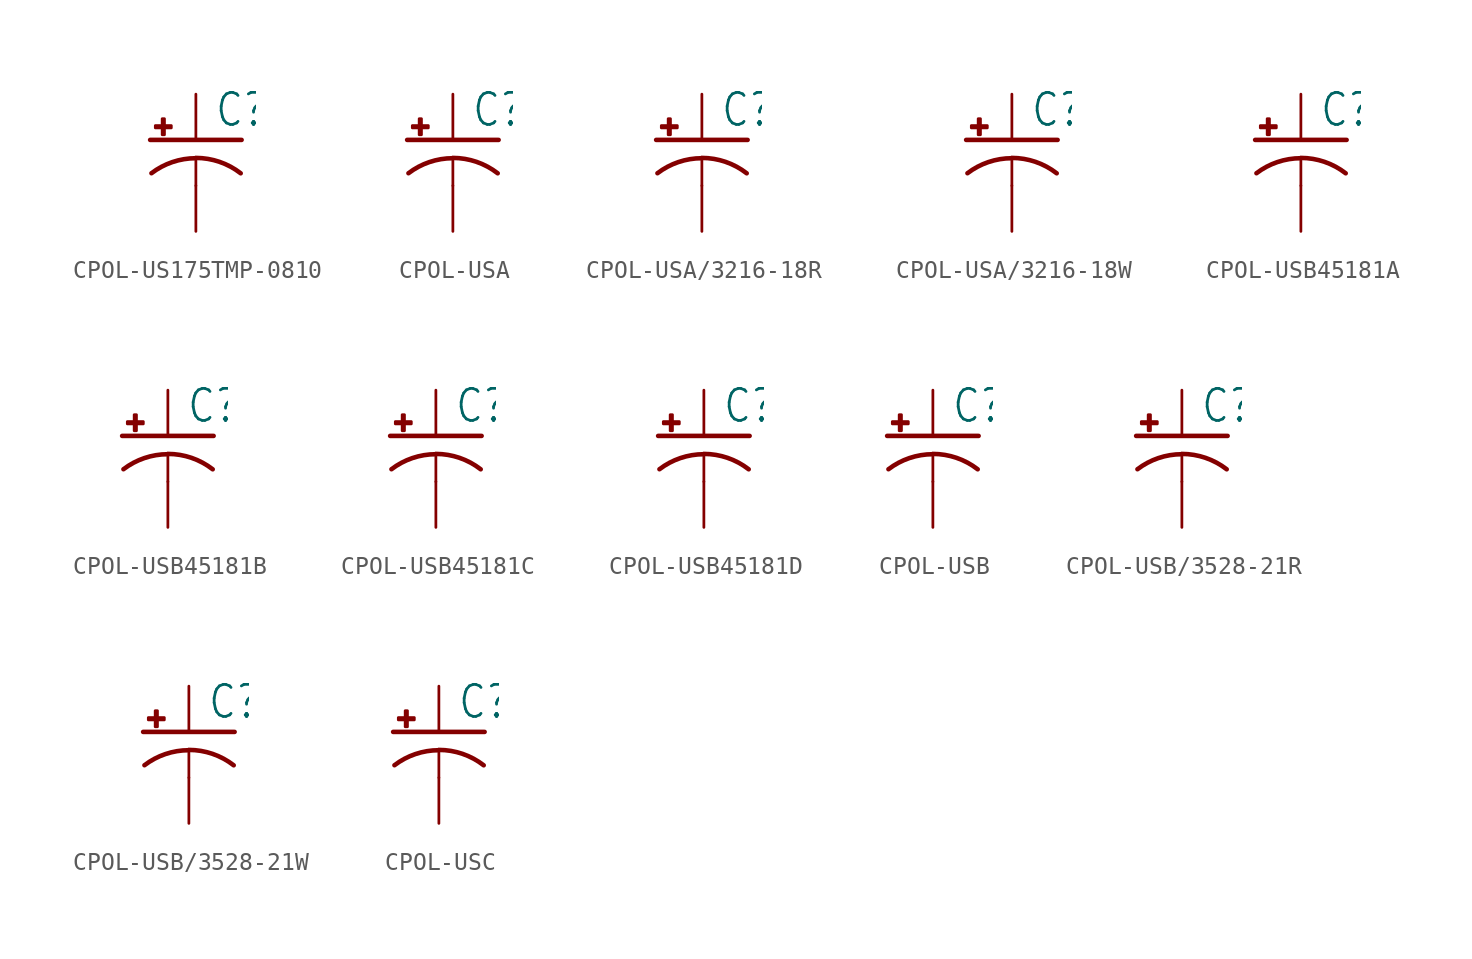
<source format=kicad_sym>
(kicad_symbol_lib
  (version 20241209)
  (generator "kicad_symbol_editor")
  (generator_version "9.0")
  (symbol "CPOL-US175TMP-0810"
    (property "Reference" "C"
      (at 1.016 0.635 0)
      (effects (font (size 1.778 1.511)) (justify left bottom)))
    (property "Value" ""
      (at 1.016 -4.191 0)
      (effects (font (size 1.778 1.511)) (justify left bottom)))
    (property "ki_locked" ""
      (at 0 0 0)
      (effects (font (size 1.27 1.27))))
    (symbol "CPOL-US175TMP-0810_1_0"
      (polyline (pts (xy -2.54 0) (xy 2.54 0)) (stroke (width 0.254) (type solid)) (fill (type none)))
      (rectangle (start -2.253 0.668) (end -1.364 0.795) (stroke (width 0) (type default)) (fill (type outline)))
      (rectangle (start -1.872 0.287) (end -1.745 1.176) (stroke (width 0) (type default)) (fill (type outline)))
      (arc (start -2.4669 -1.8504) (mid -1.3021 -1.2303) (end 0 -1.0161) (stroke (width 0.254) (type solid)) (fill (type none)))
      (polyline (pts (xy 0 -1.016) (xy 0 -2.54)) (stroke (width 0.152) (type solid)) (fill (type none)))
      (arc (start 0 -1) (mid 1.3158 -1.2195) (end 2.4892 -1.8541) (stroke (width 0.254) (type solid)) (fill (type none)))
      (pin passive line (at 0 2.54 270) (length 2.54) (name "+" (effects (font (size 0 0)))) (number "+" (effects (font (size 0 0)))))
      (pin passive line (at 0 -5.08 90) (length 2.54) (name "-" (effects (font (size 0 0)))) (number "-" (effects (font (size 0 0)))))))
  (symbol "CPOL-USA"
    (property "Reference" "C"
      (at 1.016 0.635 0)
      (effects (font (size 1.778 1.511)) (justify left bottom)))
    (property "Value" ""
      (at 1.016 -4.191 0)
      (effects (font (size 1.778 1.511)) (justify left bottom)))
    (property "ki_locked" ""
      (at 0 0 0)
      (effects (font (size 1.27 1.27))))
    (symbol "CPOL-USA_1_0"
      (polyline (pts (xy -2.54 0) (xy 2.54 0)) (stroke (width 0.254) (type solid)) (fill (type none)))
      (rectangle (start -2.253 0.668) (end -1.364 0.795) (stroke (width 0) (type default)) (fill (type outline)))
      (rectangle (start -1.872 0.287) (end -1.745 1.176) (stroke (width 0) (type default)) (fill (type outline)))
      (arc (start -2.4669 -1.8504) (mid -1.3021 -1.2303) (end 0 -1.0161) (stroke (width 0.254) (type solid)) (fill (type none)))
      (polyline (pts (xy 0 -1.016) (xy 0 -2.54)) (stroke (width 0.152) (type solid)) (fill (type none)))
      (arc (start 0 -1) (mid 1.3158 -1.2195) (end 2.4892 -1.8541) (stroke (width 0.254) (type solid)) (fill (type none)))
      (pin passive line (at 0 2.54 270) (length 2.54) (name "+" (effects (font (size 0 0)))) (number "+" (effects (font (size 0 0)))))
      (pin passive line (at 0 -5.08 90) (length 2.54) (name "-" (effects (font (size 0 0)))) (number "-" (effects (font (size 0 0)))))))
  (symbol "CPOL-USA/3216-18R"
    (property "Reference" "C"
      (at 1.016 0.635 0)
      (effects (font (size 1.778 1.511)) (justify left bottom)))
    (property "Value" ""
      (at 1.016 -4.191 0)
      (effects (font (size 1.778 1.511)) (justify left bottom)))
    (property "ki_locked" ""
      (at 0 0 0)
      (effects (font (size 1.27 1.27))))
    (symbol "CPOL-USA/3216-18R_1_0"
      (polyline (pts (xy -2.54 0) (xy 2.54 0)) (stroke (width 0.254) (type solid)) (fill (type none)))
      (rectangle (start -2.253 0.668) (end -1.364 0.795) (stroke (width 0) (type default)) (fill (type outline)))
      (rectangle (start -1.872 0.287) (end -1.745 1.176) (stroke (width 0) (type default)) (fill (type outline)))
      (arc (start -2.4669 -1.8504) (mid -1.3021 -1.2303) (end 0 -1.0161) (stroke (width 0.254) (type solid)) (fill (type none)))
      (polyline (pts (xy 0 -1.016) (xy 0 -2.54)) (stroke (width 0.152) (type solid)) (fill (type none)))
      (arc (start 0 -1) (mid 1.3158 -1.2195) (end 2.4892 -1.8541) (stroke (width 0.254) (type solid)) (fill (type none)))
      (pin passive line (at 0 2.54 270) (length 2.54) (name "+" (effects (font (size 0 0)))) (number "+" (effects (font (size 0 0)))))
      (pin passive line (at 0 -5.08 90) (length 2.54) (name "-" (effects (font (size 0 0)))) (number "-" (effects (font (size 0 0)))))))
  (symbol "CPOL-USA/3216-18W"
    (property "Reference" "C"
      (at 1.016 0.635 0)
      (effects (font (size 1.778 1.511)) (justify left bottom)))
    (property "Value" ""
      (at 1.016 -4.191 0)
      (effects (font (size 1.778 1.511)) (justify left bottom)))
    (property "ki_locked" ""
      (at 0 0 0)
      (effects (font (size 1.27 1.27))))
    (symbol "CPOL-USA/3216-18W_1_0"
      (polyline (pts (xy -2.54 0) (xy 2.54 0)) (stroke (width 0.254) (type solid)) (fill (type none)))
      (rectangle (start -2.253 0.668) (end -1.364 0.795) (stroke (width 0) (type default)) (fill (type outline)))
      (rectangle (start -1.872 0.287) (end -1.745 1.176) (stroke (width 0) (type default)) (fill (type outline)))
      (arc (start -2.4669 -1.8504) (mid -1.3021 -1.2303) (end 0 -1.0161) (stroke (width 0.254) (type solid)) (fill (type none)))
      (polyline (pts (xy 0 -1.016) (xy 0 -2.54)) (stroke (width 0.152) (type solid)) (fill (type none)))
      (arc (start 0 -1) (mid 1.3158 -1.2195) (end 2.4892 -1.8541) (stroke (width 0.254) (type solid)) (fill (type none)))
      (pin passive line (at 0 2.54 270) (length 2.54) (name "+" (effects (font (size 0 0)))) (number "+" (effects (font (size 0 0)))))
      (pin passive line (at 0 -5.08 90) (length 2.54) (name "-" (effects (font (size 0 0)))) (number "-" (effects (font (size 0 0)))))))
  (symbol "CPOL-USB45181A"
    (property "Reference" "C"
      (at 1.016 0.635 0)
      (effects (font (size 1.778 1.511)) (justify left bottom)))
    (property "Value" ""
      (at 1.016 -4.191 0)
      (effects (font (size 1.778 1.511)) (justify left bottom)))
    (property "ki_locked" ""
      (at 0 0 0)
      (effects (font (size 1.27 1.27))))
    (symbol "CPOL-USB45181A_1_0"
      (polyline (pts (xy -2.54 0) (xy 2.54 0)) (stroke (width 0.254) (type solid)) (fill (type none)))
      (rectangle (start -2.253 0.668) (end -1.364 0.795) (stroke (width 0) (type default)) (fill (type outline)))
      (rectangle (start -1.872 0.287) (end -1.745 1.176) (stroke (width 0) (type default)) (fill (type outline)))
      (arc (start -2.4669 -1.8504) (mid -1.3021 -1.2303) (end 0 -1.0161) (stroke (width 0.254) (type solid)) (fill (type none)))
      (polyline (pts (xy 0 -1.016) (xy 0 -2.54)) (stroke (width 0.152) (type solid)) (fill (type none)))
      (arc (start 0 -1) (mid 1.3158 -1.2195) (end 2.4892 -1.8541) (stroke (width 0.254) (type solid)) (fill (type none)))
      (pin passive line (at 0 2.54 270) (length 2.54) (name "+" (effects (font (size 0 0)))) (number "+" (effects (font (size 0 0)))))
      (pin passive line (at 0 -5.08 90) (length 2.54) (name "-" (effects (font (size 0 0)))) (number "-" (effects (font (size 0 0)))))))
  (symbol "CPOL-USB45181B"
    (property "Reference" "C"
      (at 1.016 0.635 0)
      (effects (font (size 1.778 1.511)) (justify left bottom)))
    (property "Value" ""
      (at 1.016 -4.191 0)
      (effects (font (size 1.778 1.511)) (justify left bottom)))
    (property "ki_locked" ""
      (at 0 0 0)
      (effects (font (size 1.27 1.27))))
    (symbol "CPOL-USB45181B_1_0"
      (polyline (pts (xy -2.54 0) (xy 2.54 0)) (stroke (width 0.254) (type solid)) (fill (type none)))
      (rectangle (start -2.253 0.668) (end -1.364 0.795) (stroke (width 0) (type default)) (fill (type outline)))
      (rectangle (start -1.872 0.287) (end -1.745 1.176) (stroke (width 0) (type default)) (fill (type outline)))
      (arc (start -2.4669 -1.8504) (mid -1.3021 -1.2303) (end 0 -1.0161) (stroke (width 0.254) (type solid)) (fill (type none)))
      (polyline (pts (xy 0 -1.016) (xy 0 -2.54)) (stroke (width 0.152) (type solid)) (fill (type none)))
      (arc (start 0 -1) (mid 1.3158 -1.2195) (end 2.4892 -1.8541) (stroke (width 0.254) (type solid)) (fill (type none)))
      (pin passive line (at 0 2.54 270) (length 2.54) (name "+" (effects (font (size 0 0)))) (number "+" (effects (font (size 0 0)))))
      (pin passive line (at 0 -5.08 90) (length 2.54) (name "-" (effects (font (size 0 0)))) (number "-" (effects (font (size 0 0)))))))
  (symbol "CPOL-USB45181C"
    (property "Reference" "C"
      (at 1.016 0.635 0)
      (effects (font (size 1.778 1.511)) (justify left bottom)))
    (property "Value" ""
      (at 1.016 -4.191 0)
      (effects (font (size 1.778 1.511)) (justify left bottom)))
    (property "ki_locked" ""
      (at 0 0 0)
      (effects (font (size 1.27 1.27))))
    (symbol "CPOL-USB45181C_1_0"
      (polyline (pts (xy -2.54 0) (xy 2.54 0)) (stroke (width 0.254) (type solid)) (fill (type none)))
      (rectangle (start -2.253 0.668) (end -1.364 0.795) (stroke (width 0) (type default)) (fill (type outline)))
      (rectangle (start -1.872 0.287) (end -1.745 1.176) (stroke (width 0) (type default)) (fill (type outline)))
      (arc (start -2.4669 -1.8504) (mid -1.3021 -1.2303) (end 0 -1.0161) (stroke (width 0.254) (type solid)) (fill (type none)))
      (polyline (pts (xy 0 -1.016) (xy 0 -2.54)) (stroke (width 0.152) (type solid)) (fill (type none)))
      (arc (start 0 -1) (mid 1.3158 -1.2195) (end 2.4892 -1.8541) (stroke (width 0.254) (type solid)) (fill (type none)))
      (pin passive line (at 0 2.54 270) (length 2.54) (name "+" (effects (font (size 0 0)))) (number "+" (effects (font (size 0 0)))))
      (pin passive line (at 0 -5.08 90) (length 2.54) (name "-" (effects (font (size 0 0)))) (number "-" (effects (font (size 0 0)))))))
  (symbol "CPOL-USB45181D"
    (property "Reference" "C"
      (at 1.016 0.635 0)
      (effects (font (size 1.778 1.511)) (justify left bottom)))
    (property "Value" ""
      (at 1.016 -4.191 0)
      (effects (font (size 1.778 1.511)) (justify left bottom)))
    (property "ki_locked" ""
      (at 0 0 0)
      (effects (font (size 1.27 1.27))))
    (symbol "CPOL-USB45181D_1_0"
      (polyline (pts (xy -2.54 0) (xy 2.54 0)) (stroke (width 0.254) (type solid)) (fill (type none)))
      (rectangle (start -2.253 0.668) (end -1.364 0.795) (stroke (width 0) (type default)) (fill (type outline)))
      (rectangle (start -1.872 0.287) (end -1.745 1.176) (stroke (width 0) (type default)) (fill (type outline)))
      (arc (start -2.4669 -1.8504) (mid -1.3021 -1.2303) (end 0 -1.0161) (stroke (width 0.254) (type solid)) (fill (type none)))
      (polyline (pts (xy 0 -1.016) (xy 0 -2.54)) (stroke (width 0.152) (type solid)) (fill (type none)))
      (arc (start 0 -1) (mid 1.3158 -1.2195) (end 2.4892 -1.8541) (stroke (width 0.254) (type solid)) (fill (type none)))
      (pin passive line (at 0 2.54 270) (length 2.54) (name "+" (effects (font (size 0 0)))) (number "+" (effects (font (size 0 0)))))
      (pin passive line (at 0 -5.08 90) (length 2.54) (name "-" (effects (font (size 0 0)))) (number "-" (effects (font (size 0 0)))))))
  (symbol "CPOL-USB"
    (property "Reference" "C"
      (at 1.016 0.635 0)
      (effects (font (size 1.778 1.511)) (justify left bottom)))
    (property "Value" ""
      (at 1.016 -4.191 0)
      (effects (font (size 1.778 1.511)) (justify left bottom)))
    (property "ki_locked" ""
      (at 0 0 0)
      (effects (font (size 1.27 1.27))))
    (symbol "CPOL-USB_1_0"
      (polyline (pts (xy -2.54 0) (xy 2.54 0)) (stroke (width 0.254) (type solid)) (fill (type none)))
      (rectangle (start -2.253 0.668) (end -1.364 0.795) (stroke (width 0) (type default)) (fill (type outline)))
      (rectangle (start -1.872 0.287) (end -1.745 1.176) (stroke (width 0) (type default)) (fill (type outline)))
      (arc (start -2.4669 -1.8504) (mid -1.3021 -1.2303) (end 0 -1.0161) (stroke (width 0.254) (type solid)) (fill (type none)))
      (polyline (pts (xy 0 -1.016) (xy 0 -2.54)) (stroke (width 0.152) (type solid)) (fill (type none)))
      (arc (start 0 -1) (mid 1.3158 -1.2195) (end 2.4892 -1.8541) (stroke (width 0.254) (type solid)) (fill (type none)))
      (pin passive line (at 0 2.54 270) (length 2.54) (name "+" (effects (font (size 0 0)))) (number "+" (effects (font (size 0 0)))))
      (pin passive line (at 0 -5.08 90) (length 2.54) (name "-" (effects (font (size 0 0)))) (number "-" (effects (font (size 0 0)))))))
  (symbol "CPOL-USB/3528-21R"
    (property "Reference" "C"
      (at 1.016 0.635 0)
      (effects (font (size 1.778 1.511)) (justify left bottom)))
    (property "Value" ""
      (at 1.016 -4.191 0)
      (effects (font (size 1.778 1.511)) (justify left bottom)))
    (property "ki_locked" ""
      (at 0 0 0)
      (effects (font (size 1.27 1.27))))
    (symbol "CPOL-USB/3528-21R_1_0"
      (polyline (pts (xy -2.54 0) (xy 2.54 0)) (stroke (width 0.254) (type solid)) (fill (type none)))
      (rectangle (start -2.253 0.668) (end -1.364 0.795) (stroke (width 0) (type default)) (fill (type outline)))
      (rectangle (start -1.872 0.287) (end -1.745 1.176) (stroke (width 0) (type default)) (fill (type outline)))
      (arc (start -2.4669 -1.8504) (mid -1.3021 -1.2303) (end 0 -1.0161) (stroke (width 0.254) (type solid)) (fill (type none)))
      (polyline (pts (xy 0 -1.016) (xy 0 -2.54)) (stroke (width 0.152) (type solid)) (fill (type none)))
      (arc (start 0 -1) (mid 1.3158 -1.2195) (end 2.4892 -1.8541) (stroke (width 0.254) (type solid)) (fill (type none)))
      (pin passive line (at 0 2.54 270) (length 2.54) (name "+" (effects (font (size 0 0)))) (number "+" (effects (font (size 0 0)))))
      (pin passive line (at 0 -5.08 90) (length 2.54) (name "-" (effects (font (size 0 0)))) (number "-" (effects (font (size 0 0)))))))
  (symbol "CPOL-USB/3528-21W"
    (property "Reference" "C"
      (at 1.016 0.635 0)
      (effects (font (size 1.778 1.511)) (justify left bottom)))
    (property "Value" ""
      (at 1.016 -4.191 0)
      (effects (font (size 1.778 1.511)) (justify left bottom)))
    (property "ki_locked" ""
      (at 0 0 0)
      (effects (font (size 1.27 1.27))))
    (symbol "CPOL-USB/3528-21W_1_0"
      (polyline (pts (xy -2.54 0) (xy 2.54 0)) (stroke (width 0.254) (type solid)) (fill (type none)))
      (rectangle (start -2.253 0.668) (end -1.364 0.795) (stroke (width 0) (type default)) (fill (type outline)))
      (rectangle (start -1.872 0.287) (end -1.745 1.176) (stroke (width 0) (type default)) (fill (type outline)))
      (arc (start -2.4669 -1.8504) (mid -1.3021 -1.2303) (end 0 -1.0161) (stroke (width 0.254) (type solid)) (fill (type none)))
      (polyline (pts (xy 0 -1.016) (xy 0 -2.54)) (stroke (width 0.152) (type solid)) (fill (type none)))
      (arc (start 0 -1) (mid 1.3158 -1.2195) (end 2.4892 -1.8541) (stroke (width 0.254) (type solid)) (fill (type none)))
      (pin passive line (at 0 2.54 270) (length 2.54) (name "+" (effects (font (size 0 0)))) (number "+" (effects (font (size 0 0)))))
      (pin passive line (at 0 -5.08 90) (length 2.54) (name "-" (effects (font (size 0 0)))) (number "-" (effects (font (size 0 0)))))))
  (symbol "CPOL-USC"
    (property "Reference" "C"
      (at 1.016 0.635 0)
      (effects (font (size 1.778 1.511)) (justify left bottom)))
    (property "Value" ""
      (at 1.016 -4.191 0)
      (effects (font (size 1.778 1.511)) (justify left bottom)))
    (property "ki_locked" ""
      (at 0 0 0)
      (effects (font (size 1.27 1.27))))
    (symbol "CPOL-USC_1_0"
      (polyline (pts (xy -2.54 0) (xy 2.54 0)) (stroke (width 0.254) (type solid)) (fill (type none)))
      (rectangle (start -2.253 0.668) (end -1.364 0.795) (stroke (width 0) (type default)) (fill (type outline)))
      (rectangle (start -1.872 0.287) (end -1.745 1.176) (stroke (width 0) (type default)) (fill (type outline)))
      (arc (start -2.4669 -1.8504) (mid -1.3021 -1.2303) (end 0 -1.0161) (stroke (width 0.254) (type solid)) (fill (type none)))
      (polyline (pts (xy 0 -1.016) (xy 0 -2.54)) (stroke (width 0.152) (type solid)) (fill (type none)))
      (arc (start 0 -1) (mid 1.3158 -1.2195) (end 2.4892 -1.8541) (stroke (width 0.254) (type solid)) (fill (type none)))
      (pin passive line (at 0 2.54 270) (length 2.54) (name "+" (effects (font (size 0 0)))) (number "+" (effects (font (size 0 0)))))
      (pin passive line (at 0 -5.08 90) (length 2.54) (name "-" (effects (font (size 0 0)))) (number "-" (effects (font (size 0 0))))))))
</source>
